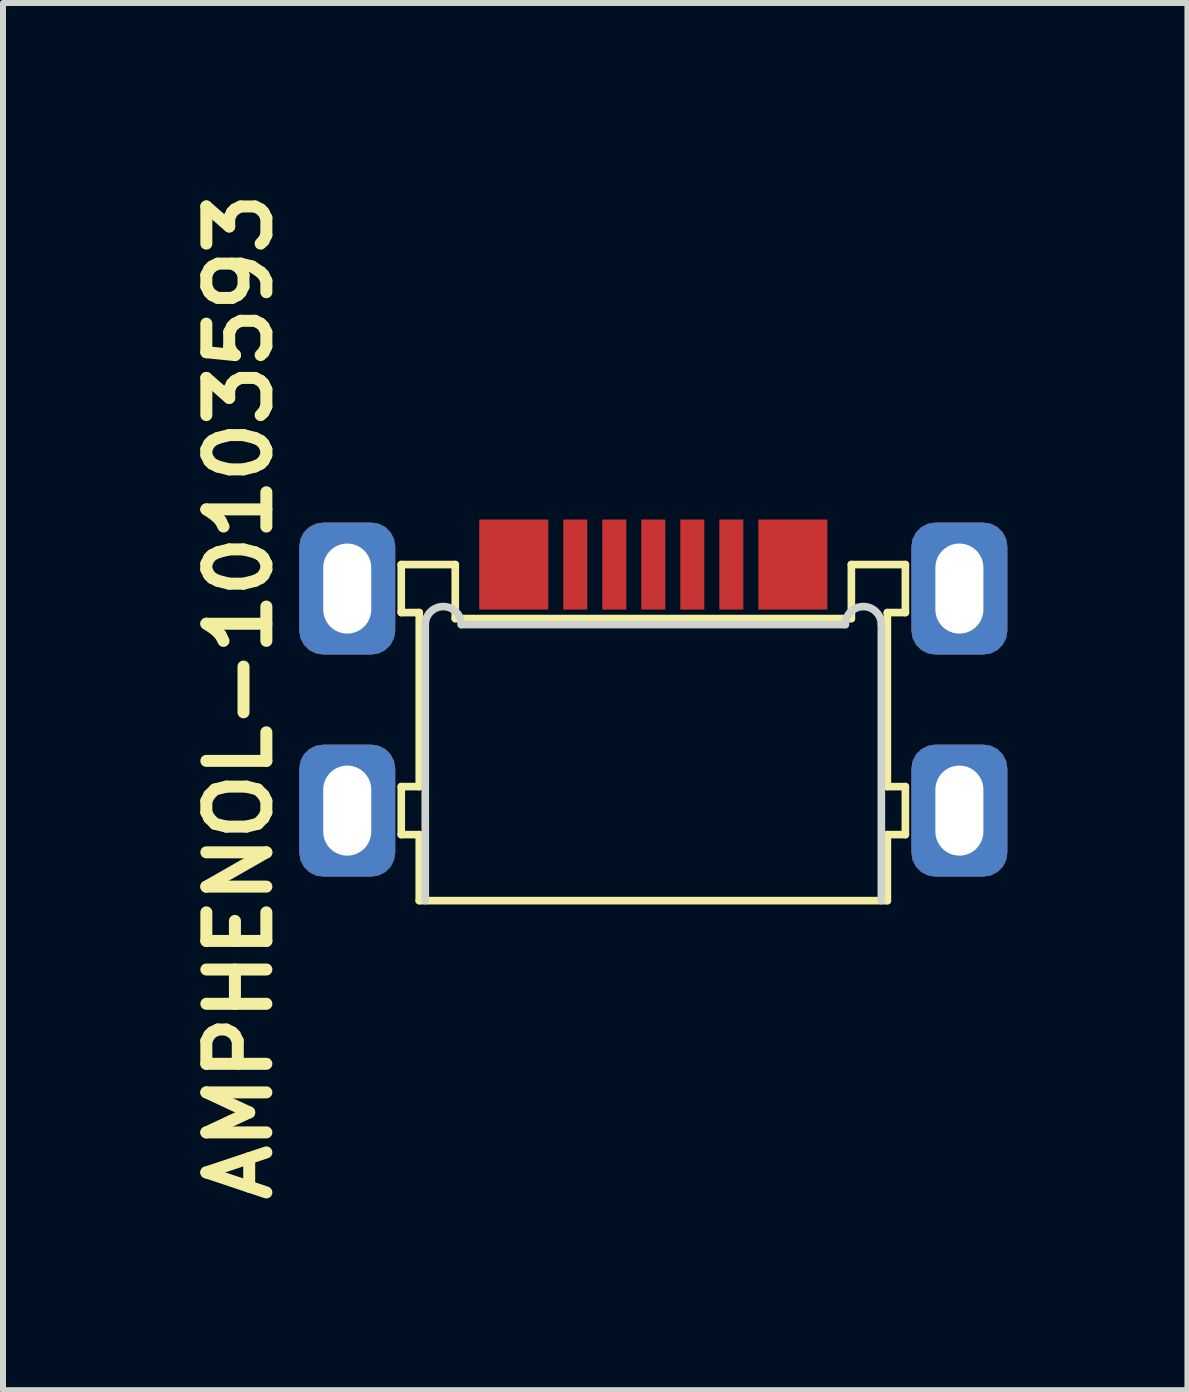
<source format=kicad_pcb>
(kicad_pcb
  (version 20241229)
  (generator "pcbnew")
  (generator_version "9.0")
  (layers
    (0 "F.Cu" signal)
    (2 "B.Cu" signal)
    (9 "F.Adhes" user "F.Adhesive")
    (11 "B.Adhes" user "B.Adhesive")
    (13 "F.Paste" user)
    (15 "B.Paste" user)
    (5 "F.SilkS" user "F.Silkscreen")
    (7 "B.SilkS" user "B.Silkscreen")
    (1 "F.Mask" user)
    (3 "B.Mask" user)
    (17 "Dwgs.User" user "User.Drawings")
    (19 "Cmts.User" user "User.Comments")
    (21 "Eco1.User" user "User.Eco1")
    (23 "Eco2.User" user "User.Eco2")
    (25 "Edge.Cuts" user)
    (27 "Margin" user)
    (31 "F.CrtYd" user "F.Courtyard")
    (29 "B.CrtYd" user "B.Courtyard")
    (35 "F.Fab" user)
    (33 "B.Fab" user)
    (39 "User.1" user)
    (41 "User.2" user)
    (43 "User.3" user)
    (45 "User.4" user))
  (footprint "AMPHENOL-10103593"
    (layer "F.Cu")
    (at 7.836 11.957)
    (property "Reference" "AMPHENOL-10103593" (at -6.9 -3.4 270) (layer "F.SilkS") (effects (font (size 1 1) (thickness 0.2))))
    (attr through_hole)
    (fp_line (start -4.2 -5.6) (end -4.2 -4.8) (stroke (width 0.127) (type solid)) (layer "F.SilkS"))
    (fp_line (start -4.2 -5.6) (end -3.3 -5.6) (stroke (width 0.127) (type solid)) (layer "F.SilkS"))
    (fp_line (start -4.2 -4.8) (end -3.9 -4.8) (stroke (width 0.127) (type solid)) (layer "F.SilkS"))
    (fp_line (start -4.2 -1.9) (end -4.2 -1.1) (stroke (width 0.127) (type solid)) (layer "F.SilkS"))
    (fp_line (start -4.2 -1.9) (end -3.9 -1.9) (stroke (width 0.127) (type solid)) (layer "F.SilkS"))
    (fp_line (start -4.2 -1.1) (end -3.9 -1.1) (stroke (width 0.127) (type solid)) (layer "F.SilkS"))
    (fp_line (start -3.9 -1.9) (end -3.9 -4.8) (stroke (width 0.127) (type solid)) (layer "F.SilkS"))
    (fp_line (start -3.9 0) (end -3.9 -1.1) (stroke (width 0.127) (type solid)) (layer "F.SilkS"))
    (fp_line (start -3.3 -5.6) (end -3.3 -4.7) (stroke (width 0.127) (type solid)) (layer "F.SilkS"))
    (fp_line (start -3.3 -4.7) (end 3.3 -4.7) (stroke (width 0.127) (type solid)) (layer "F.SilkS"))
    (fp_line (start 3.3 -5.6) (end 3.3 -4.7) (stroke (width 0.127) (type solid)) (layer "F.SilkS"))
    (fp_line (start 3.3 -5.6) (end 4.2 -5.6) (stroke (width 0.127) (type solid)) (layer "F.SilkS"))
    (fp_line (start 3.9 -4.8) (end 3.9 -1.9) (stroke (width 0.127) (type solid)) (layer "F.SilkS"))
    (fp_line (start 3.9 -4.8) (end 4.2 -4.8) (stroke (width 0.127) (type solid)) (layer "F.SilkS"))
    (fp_line (start 3.9 -1.1) (end 3.9 0) (stroke (width 0.127) (type solid)) (layer "F.SilkS"))
    (fp_line (start 3.9 0) (end -3.9 0) (stroke (width 0.127) (type solid)) (layer "F.SilkS"))
    (fp_line (start 4.2 -5.6) (end 4.2 -4.8) (stroke (width 0.127) (type solid)) (layer "F.SilkS"))
    (fp_line (start 4.2 -1.9) (end 3.9 -1.9) (stroke (width 0.127) (type solid)) (layer "F.SilkS"))
    (fp_line (start 4.2 -1.9) (end 4.2 -1.1) (stroke (width 0.127) (type solid)) (layer "F.SilkS"))
    (fp_line (start 4.2 -1.1) (end 3.9 -1.1) (stroke (width 0.127) (type solid)) (layer "F.SilkS"))
    (fp_line (start -3.8 0) (end -3.8 -4.6) (stroke (width 0.127) (type solid)) (layer "Edge.Cuts"))
    (fp_line (start -3.2 -4.6) (end 3.2 -4.6) (stroke (width 0.127) (type solid)) (layer "Edge.Cuts"))
    (fp_line (start 3.8 0) (end 3.8 -4.6) (stroke (width 0.127) (type solid)) (layer "Edge.Cuts"))
    (fp_arc (start -3.8 -4.6) (mid -3.5 -4.9) (end -3.2 -4.6) (stroke (width 0.127) (type solid)) (layer "Edge.Cuts"))
    (fp_arc (start 3.2 -4.6) (mid 3.5 -4.9) (end 3.8 -4.6) (stroke (width 0.127) (type solid)) (layer "Edge.Cuts"))
    (pad "1" smd rect (at -1.3 -5.6) (size 0.4 1.5) (layers "F.Cu" "F.Mask" "F.Paste"))
    (pad "2" smd rect (at -0.65 -5.6) (size 0.4 1.5) (layers "F.Cu" "F.Mask" "F.Paste"))
    (pad "3" smd rect (at 0 -5.6) (size 0.4 1.5) (layers "F.Cu" "F.Mask" "F.Paste"))
    (pad "4" smd rect (at 0.65 -5.6) (size 0.4 1.5) (layers "F.Cu" "F.Mask" "F.Paste"))
    (pad "5" thru_hole roundrect (at -5.1 -5.2) (size 1.6 2.2) (drill oval 0.8 1.5) (layers "*.Cu" "*.Mask") (roundrect_rratio 0.25))
    (pad "5" thru_hole roundrect (at -5.1 -1.5) (size 1.6 2.2) (drill oval 0.8 1.5) (layers "*.Cu" "*.Mask") (roundrect_rratio 0.25))
    (pad "5" smd rect (at -2.325 -5.6) (size 1.15 1.5) (layers "F.Cu" "F.Mask" "F.Paste"))
    (pad "5" smd rect (at 1.3 -5.6) (size 0.4 1.5) (layers "F.Cu" "F.Mask" "F.Paste"))
    (pad "5" smd rect (at 2.325 -5.6) (size 1.15 1.5) (layers "F.Cu" "F.Mask" "F.Paste"))
    (pad "5" thru_hole roundrect (at 5.1 -5.2) (size 1.6 2.2) (drill oval 0.8 1.5) (layers "*.Cu" "*.Mask") (roundrect_rratio 0.25))
    (pad "5" thru_hole roundrect (at 5.1 -1.5) (size 1.6 2.2) (drill oval 0.8 1.5) (layers "*.Cu" "*.Mask") (roundrect_rratio 0.25)))
  (gr_rect
    (start -3 -3)
    (end 16.736 20.114)
    (stroke (width 0.1) (type default))
    (fill no)
    (layer "Edge.Cuts")))
</source>
